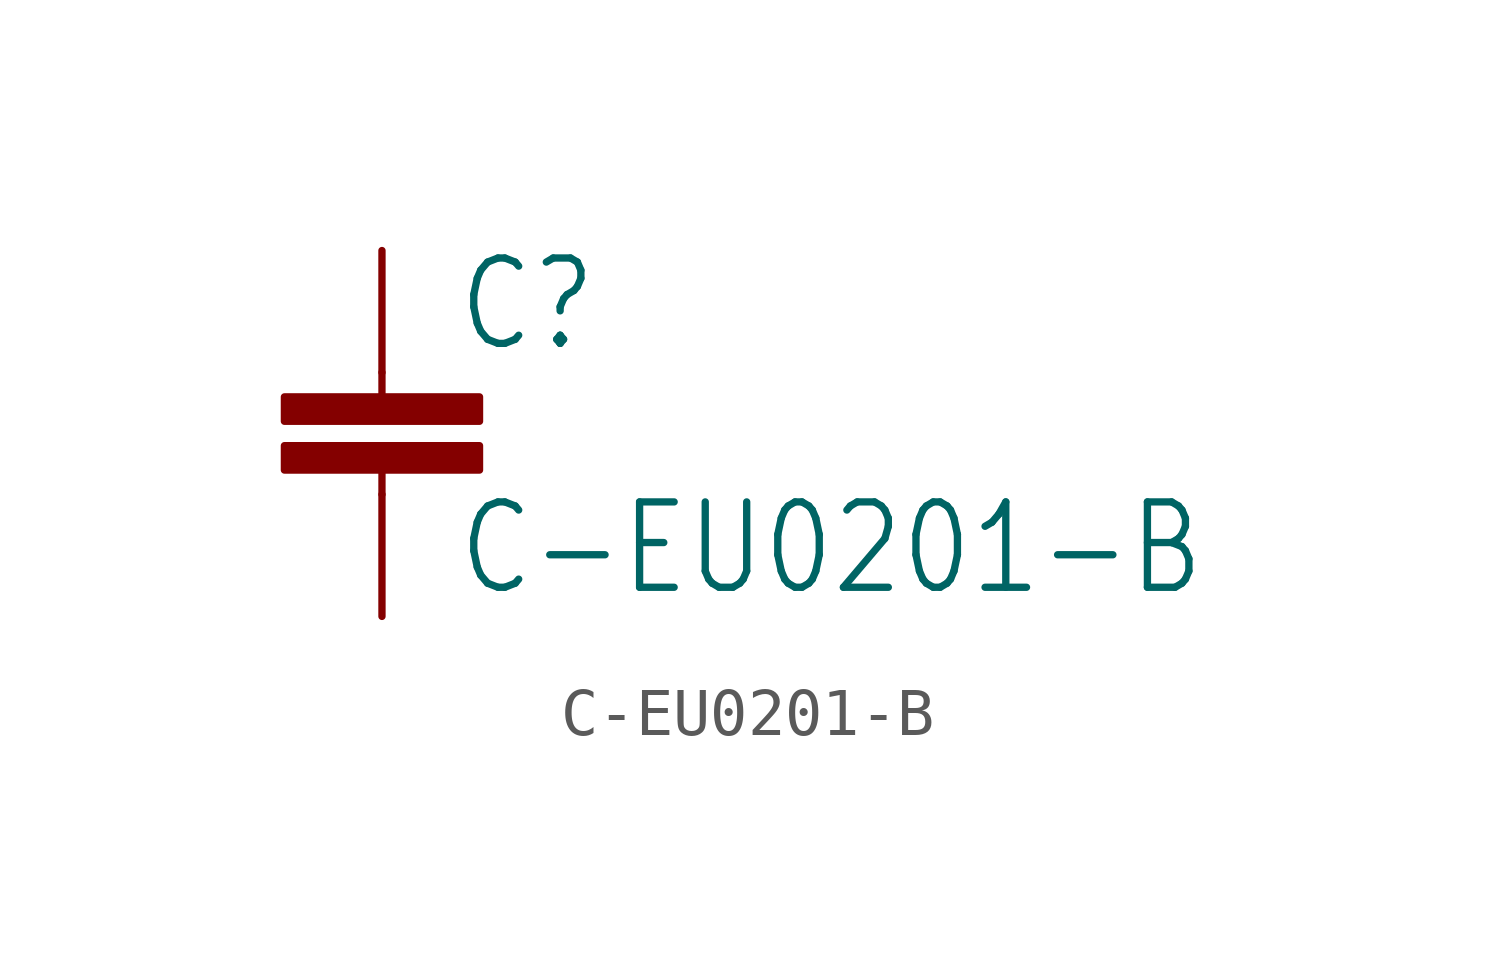
<source format=kicad_sym>
(kicad_symbol_lib
  (version 20210619)
  (generator kicad_symbol_editor)
  (symbol "C-EU0201-B"
    (property "Reference" "C"
      (at 1.524 0.381 0)
      (effects (font (size 1.778 1.511)) (justify left bottom)))
    (property "Value" "C-EU0201-B"
      (at 1.524 -4.699 0)
      (effects (font (size 1.778 1.511)) (justify left bottom)))
    (property "ki_locked" ""
      (at 0 0 0)
      (effects (font (size 1.27 1.27))))
    (symbol "C-EU0201-B_1_0"
      (rectangle (start -2.032 -2.032) (end 2.032 -1.524) (stroke (width 0)) (fill (type outline)))
      (rectangle (start -2.032 -1.016) (end 2.032 -0.508) (stroke (width 0)) (fill (type outline)))
      (polyline (pts (xy 0 -2.54) (xy 0 -2.032)) (stroke (width 0.152)) (fill (type none)))
      (polyline (pts (xy 0 0) (xy 0 -0.508)) (stroke (width 0.152)) (fill (type none)))
      (pin passive line (at 0 2.54 270) (length 2.54) (name "1" (effects (font (size 0 0)))) (number "1" (effects (font (size 0 0)))))
      (pin passive line (at 0 -5.08 90) (length 2.54) (name "2" (effects (font (size 0 0)))) (number "2" (effects (font (size 0 0))))))))
</source>
